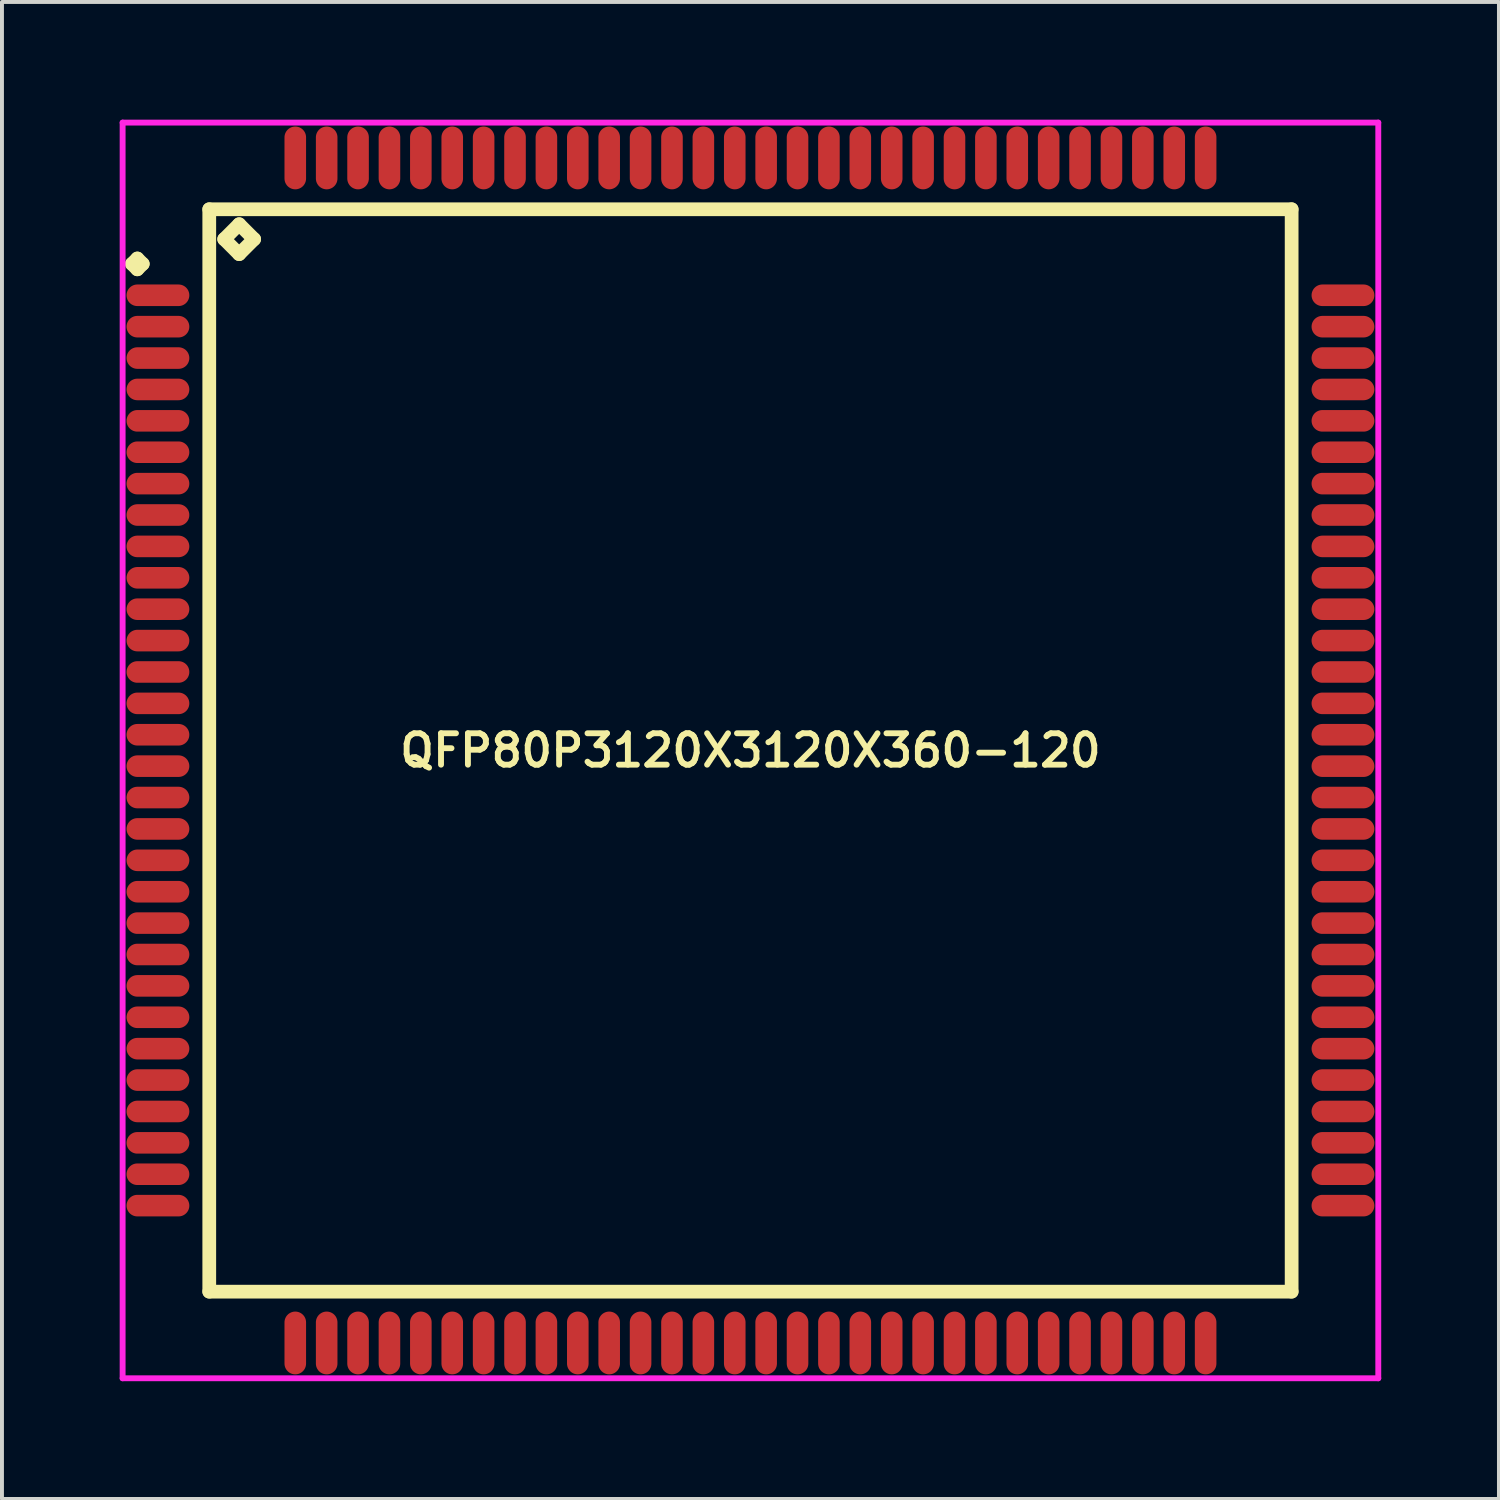
<source format=kicad_pcb>
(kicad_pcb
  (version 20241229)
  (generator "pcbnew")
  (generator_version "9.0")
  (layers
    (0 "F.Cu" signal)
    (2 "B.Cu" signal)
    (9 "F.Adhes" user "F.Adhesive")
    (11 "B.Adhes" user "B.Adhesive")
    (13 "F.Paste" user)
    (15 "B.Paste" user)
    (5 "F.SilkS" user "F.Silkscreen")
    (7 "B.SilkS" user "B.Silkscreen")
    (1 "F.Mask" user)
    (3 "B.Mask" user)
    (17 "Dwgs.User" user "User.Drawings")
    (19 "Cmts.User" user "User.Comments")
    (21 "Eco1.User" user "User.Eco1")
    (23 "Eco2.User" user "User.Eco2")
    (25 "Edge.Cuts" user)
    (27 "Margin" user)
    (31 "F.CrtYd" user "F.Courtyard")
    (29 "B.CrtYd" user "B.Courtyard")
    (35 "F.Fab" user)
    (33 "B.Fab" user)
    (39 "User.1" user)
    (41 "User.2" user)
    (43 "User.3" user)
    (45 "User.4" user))
  (footprint "QFP80P3120X3120X360-120"
    (layer "F.Cu")
    (at 16.075 16.075)
    (property "Reference" "QFP80P3120X3120X360-120" (at 0 0 0) (layer "F.SilkS") (effects (font (size 0.8 0.8) (thickness 0.15))))
    (attr through_hole)
    (fp_line (start -15.762 -12.4) (end -15.625 -12.537) (stroke (width 0.35) (type solid)) (layer "F.SilkS"))
    (fp_line (start -15.625 -12.537) (end -15.488 -12.4) (stroke (width 0.35) (type solid)) (layer "F.SilkS"))
    (fp_line (start -15.625 -12.262) (end -15.762 -12.4) (stroke (width 0.35) (type solid)) (layer "F.SilkS"))
    (fp_line (start -15.488 -12.4) (end -15.625 -12.262) (stroke (width 0.35) (type solid)) (layer "F.SilkS"))
    (fp_line (start -13.792 -13.792) (end -13.792 13.792) (stroke (width 0.35) (type solid)) (layer "F.SilkS"))
    (fp_line (start -13.792 13.792) (end 13.792 13.792) (stroke (width 0.35) (type solid)) (layer "F.SilkS"))
    (fp_line (start -13.411 -13.03) (end -13.03 -13.411) (stroke (width 0.35) (type solid)) (layer "F.SilkS"))
    (fp_line (start -13.03 -13.411) (end -12.649 -13.03) (stroke (width 0.35) (type solid)) (layer "F.SilkS"))
    (fp_line (start -13.03 -12.649) (end -13.411 -13.03) (stroke (width 0.35) (type solid)) (layer "F.SilkS"))
    (fp_line (start -12.649 -13.03) (end -13.03 -12.649) (stroke (width 0.35) (type solid)) (layer "F.SilkS"))
    (fp_line (start 13.792 -13.792) (end -13.792 -13.792) (stroke (width 0.35) (type solid)) (layer "F.SilkS"))
    (fp_line (start 13.792 13.792) (end 13.792 -13.792) (stroke (width 0.35) (type solid)) (layer "F.SilkS"))
    (fp_line (start -16 -16) (end 16 -16) (stroke (width 0.15) (type solid)) (layer "F.CrtYd"))
    (fp_line (start -16 16) (end -16 -16) (stroke (width 0.15) (type solid)) (layer "F.CrtYd"))
    (fp_line (start 16 -16) (end 16 16) (stroke (width 0.15) (type solid)) (layer "F.CrtYd"))
    (fp_line (start 16 16) (end -16 16) (stroke (width 0.15) (type solid)) (layer "F.CrtYd"))
    (pad "1" smd oval (at -15.1 -11.6) (size 1.6 0.55) (layers "F.Cu" "F.Mask" "F.Paste"))
    (pad "2" smd oval (at -15.1 -10.8) (size 1.6 0.55) (layers "F.Cu" "F.Mask" "F.Paste"))
    (pad "3" smd oval (at -15.1 -10) (size 1.6 0.55) (layers "F.Cu" "F.Mask" "F.Paste"))
    (pad "4" smd oval (at -15.1 -9.2) (size 1.6 0.55) (layers "F.Cu" "F.Mask" "F.Paste"))
    (pad "5" smd oval (at -15.1 -8.4) (size 1.6 0.55) (layers "F.Cu" "F.Mask" "F.Paste"))
    (pad "6" smd oval (at -15.1 -7.6) (size 1.6 0.55) (layers "F.Cu" "F.Mask" "F.Paste"))
    (pad "7" smd oval (at -15.1 -6.8) (size 1.6 0.55) (layers "F.Cu" "F.Mask" "F.Paste"))
    (pad "8" smd oval (at -15.1 -6) (size 1.6 0.55) (layers "F.Cu" "F.Mask" "F.Paste"))
    (pad "9" smd oval (at -15.1 -5.2) (size 1.6 0.55) (layers "F.Cu" "F.Mask" "F.Paste"))
    (pad "10" smd oval (at -15.1 -4.4) (size 1.6 0.55) (layers "F.Cu" "F.Mask" "F.Paste"))
    (pad "11" smd oval (at -15.1 -3.6) (size 1.6 0.55) (layers "F.Cu" "F.Mask" "F.Paste"))
    (pad "12" smd oval (at -15.1 -2.8) (size 1.6 0.55) (layers "F.Cu" "F.Mask" "F.Paste"))
    (pad "13" smd oval (at -15.1 -2) (size 1.6 0.55) (layers "F.Cu" "F.Mask" "F.Paste"))
    (pad "14" smd oval (at -15.1 -1.2) (size 1.6 0.55) (layers "F.Cu" "F.Mask" "F.Paste"))
    (pad "15" smd oval (at -15.1 -0.4) (size 1.6 0.55) (layers "F.Cu" "F.Mask" "F.Paste"))
    (pad "16" smd oval (at -15.1 0.4) (size 1.6 0.55) (layers "F.Cu" "F.Mask" "F.Paste"))
    (pad "17" smd oval (at -15.1 1.2) (size 1.6 0.55) (layers "F.Cu" "F.Mask" "F.Paste"))
    (pad "18" smd oval (at -15.1 2) (size 1.6 0.55) (layers "F.Cu" "F.Mask" "F.Paste"))
    (pad "19" smd oval (at -15.1 2.8) (size 1.6 0.55) (layers "F.Cu" "F.Mask" "F.Paste"))
    (pad "20" smd oval (at -15.1 3.6) (size 1.6 0.55) (layers "F.Cu" "F.Mask" "F.Paste"))
    (pad "21" smd oval (at -15.1 4.4) (size 1.6 0.55) (layers "F.Cu" "F.Mask" "F.Paste"))
    (pad "22" smd oval (at -15.1 5.2) (size 1.6 0.55) (layers "F.Cu" "F.Mask" "F.Paste"))
    (pad "23" smd oval (at -15.1 6) (size 1.6 0.55) (layers "F.Cu" "F.Mask" "F.Paste"))
    (pad "24" smd oval (at -15.1 6.8) (size 1.6 0.55) (layers "F.Cu" "F.Mask" "F.Paste"))
    (pad "25" smd oval (at -15.1 7.6) (size 1.6 0.55) (layers "F.Cu" "F.Mask" "F.Paste"))
    (pad "26" smd oval (at -15.1 8.4) (size 1.6 0.55) (layers "F.Cu" "F.Mask" "F.Paste"))
    (pad "27" smd oval (at -15.1 9.2) (size 1.6 0.55) (layers "F.Cu" "F.Mask" "F.Paste"))
    (pad "28" smd oval (at -15.1 10) (size 1.6 0.55) (layers "F.Cu" "F.Mask" "F.Paste"))
    (pad "29" smd oval (at -15.1 10.8) (size 1.6 0.55) (layers "F.Cu" "F.Mask" "F.Paste"))
    (pad "30" smd oval (at -15.1 11.6) (size 1.6 0.55) (layers "F.Cu" "F.Mask" "F.Paste"))
    (pad "31" smd oval (at -11.6 15.1) (size 0.55 1.6) (layers "F.Cu" "F.Mask" "F.Paste"))
    (pad "32" smd oval (at -10.8 15.1) (size 0.55 1.6) (layers "F.Cu" "F.Mask" "F.Paste"))
    (pad "33" smd oval (at -10 15.1) (size 0.55 1.6) (layers "F.Cu" "F.Mask" "F.Paste"))
    (pad "34" smd oval (at -9.2 15.1) (size 0.55 1.6) (layers "F.Cu" "F.Mask" "F.Paste"))
    (pad "35" smd oval (at -8.4 15.1) (size 0.55 1.6) (layers "F.Cu" "F.Mask" "F.Paste"))
    (pad "36" smd oval (at -7.6 15.1) (size 0.55 1.6) (layers "F.Cu" "F.Mask" "F.Paste"))
    (pad "37" smd oval (at -6.8 15.1) (size 0.55 1.6) (layers "F.Cu" "F.Mask" "F.Paste"))
    (pad "38" smd oval (at -6 15.1) (size 0.55 1.6) (layers "F.Cu" "F.Mask" "F.Paste"))
    (pad "39" smd oval (at -5.2 15.1) (size 0.55 1.6) (layers "F.Cu" "F.Mask" "F.Paste"))
    (pad "40" smd oval (at -4.4 15.1) (size 0.55 1.6) (layers "F.Cu" "F.Mask" "F.Paste"))
    (pad "41" smd oval (at -3.6 15.1) (size 0.55 1.6) (layers "F.Cu" "F.Mask" "F.Paste"))
    (pad "42" smd oval (at -2.8 15.1) (size 0.55 1.6) (layers "F.Cu" "F.Mask" "F.Paste"))
    (pad "43" smd oval (at -2 15.1) (size 0.55 1.6) (layers "F.Cu" "F.Mask" "F.Paste"))
    (pad "44" smd oval (at -1.2 15.1) (size 0.55 1.6) (layers "F.Cu" "F.Mask" "F.Paste"))
    (pad "45" smd oval (at -0.4 15.1) (size 0.55 1.6) (layers "F.Cu" "F.Mask" "F.Paste"))
    (pad "46" smd oval (at 0.4 15.1) (size 0.55 1.6) (layers "F.Cu" "F.Mask" "F.Paste"))
    (pad "47" smd oval (at 1.2 15.1) (size 0.55 1.6) (layers "F.Cu" "F.Mask" "F.Paste"))
    (pad "48" smd oval (at 2 15.1) (size 0.55 1.6) (layers "F.Cu" "F.Mask" "F.Paste"))
    (pad "49" smd oval (at 2.8 15.1) (size 0.55 1.6) (layers "F.Cu" "F.Mask" "F.Paste"))
    (pad "50" smd oval (at 3.6 15.1) (size 0.55 1.6) (layers "F.Cu" "F.Mask" "F.Paste"))
    (pad "51" smd oval (at 4.4 15.1) (size 0.55 1.6) (layers "F.Cu" "F.Mask" "F.Paste"))
    (pad "52" smd oval (at 5.2 15.1) (size 0.55 1.6) (layers "F.Cu" "F.Mask" "F.Paste"))
    (pad "53" smd oval (at 6 15.1) (size 0.55 1.6) (layers "F.Cu" "F.Mask" "F.Paste"))
    (pad "54" smd oval (at 6.8 15.1) (size 0.55 1.6) (layers "F.Cu" "F.Mask" "F.Paste"))
    (pad "55" smd oval (at 7.6 15.1) (size 0.55 1.6) (layers "F.Cu" "F.Mask" "F.Paste"))
    (pad "56" smd oval (at 8.4 15.1) (size 0.55 1.6) (layers "F.Cu" "F.Mask" "F.Paste"))
    (pad "57" smd oval (at 9.2 15.1) (size 0.55 1.6) (layers "F.Cu" "F.Mask" "F.Paste"))
    (pad "58" smd oval (at 10 15.1) (size 0.55 1.6) (layers "F.Cu" "F.Mask" "F.Paste"))
    (pad "59" smd oval (at 10.8 15.1) (size 0.55 1.6) (layers "F.Cu" "F.Mask" "F.Paste"))
    (pad "60" smd oval (at 11.6 15.1) (size 0.55 1.6) (layers "F.Cu" "F.Mask" "F.Paste"))
    (pad "61" smd oval (at 15.1 11.6) (size 1.6 0.55) (layers "F.Cu" "F.Mask" "F.Paste"))
    (pad "62" smd oval (at 15.1 10.8) (size 1.6 0.55) (layers "F.Cu" "F.Mask" "F.Paste"))
    (pad "63" smd oval (at 15.1 10) (size 1.6 0.55) (layers "F.Cu" "F.Mask" "F.Paste"))
    (pad "64" smd oval (at 15.1 9.2) (size 1.6 0.55) (layers "F.Cu" "F.Mask" "F.Paste"))
    (pad "65" smd oval (at 15.1 8.4) (size 1.6 0.55) (layers "F.Cu" "F.Mask" "F.Paste"))
    (pad "66" smd oval (at 15.1 7.6) (size 1.6 0.55) (layers "F.Cu" "F.Mask" "F.Paste"))
    (pad "67" smd oval (at 15.1 6.8) (size 1.6 0.55) (layers "F.Cu" "F.Mask" "F.Paste"))
    (pad "68" smd oval (at 15.1 6) (size 1.6 0.55) (layers "F.Cu" "F.Mask" "F.Paste"))
    (pad "69" smd oval (at 15.1 5.2) (size 1.6 0.55) (layers "F.Cu" "F.Mask" "F.Paste"))
    (pad "70" smd oval (at 15.1 4.4) (size 1.6 0.55) (layers "F.Cu" "F.Mask" "F.Paste"))
    (pad "71" smd oval (at 15.1 3.6) (size 1.6 0.55) (layers "F.Cu" "F.Mask" "F.Paste"))
    (pad "72" smd oval (at 15.1 2.8) (size 1.6 0.55) (layers "F.Cu" "F.Mask" "F.Paste"))
    (pad "73" smd oval (at 15.1 2) (size 1.6 0.55) (layers "F.Cu" "F.Mask" "F.Paste"))
    (pad "74" smd oval (at 15.1 1.2) (size 1.6 0.55) (layers "F.Cu" "F.Mask" "F.Paste"))
    (pad "75" smd oval (at 15.1 0.4) (size 1.6 0.55) (layers "F.Cu" "F.Mask" "F.Paste"))
    (pad "76" smd oval (at 15.1 -0.4) (size 1.6 0.55) (layers "F.Cu" "F.Mask" "F.Paste"))
    (pad "77" smd oval (at 15.1 -1.2) (size 1.6 0.55) (layers "F.Cu" "F.Mask" "F.Paste"))
    (pad "78" smd oval (at 15.1 -2) (size 1.6 0.55) (layers "F.Cu" "F.Mask" "F.Paste"))
    (pad "79" smd oval (at 15.1 -2.8) (size 1.6 0.55) (layers "F.Cu" "F.Mask" "F.Paste"))
    (pad "80" smd oval (at 15.1 -3.6) (size 1.6 0.55) (layers "F.Cu" "F.Mask" "F.Paste"))
    (pad "81" smd oval (at 15.1 -4.4) (size 1.6 0.55) (layers "F.Cu" "F.Mask" "F.Paste"))
    (pad "82" smd oval (at 15.1 -5.2) (size 1.6 0.55) (layers "F.Cu" "F.Mask" "F.Paste"))
    (pad "83" smd oval (at 15.1 -6) (size 1.6 0.55) (layers "F.Cu" "F.Mask" "F.Paste"))
    (pad "84" smd oval (at 15.1 -6.8) (size 1.6 0.55) (layers "F.Cu" "F.Mask" "F.Paste"))
    (pad "85" smd oval (at 15.1 -7.6) (size 1.6 0.55) (layers "F.Cu" "F.Mask" "F.Paste"))
    (pad "86" smd oval (at 15.1 -8.4) (size 1.6 0.55) (layers "F.Cu" "F.Mask" "F.Paste"))
    (pad "87" smd oval (at 15.1 -9.2) (size 1.6 0.55) (layers "F.Cu" "F.Mask" "F.Paste"))
    (pad "88" smd oval (at 15.1 -10) (size 1.6 0.55) (layers "F.Cu" "F.Mask" "F.Paste"))
    (pad "89" smd oval (at 15.1 -10.8) (size 1.6 0.55) (layers "F.Cu" "F.Mask" "F.Paste"))
    (pad "90" smd oval (at 15.1 -11.6) (size 1.6 0.55) (layers "F.Cu" "F.Mask" "F.Paste"))
    (pad "91" smd oval (at 11.6 -15.1) (size 0.55 1.6) (layers "F.Cu" "F.Mask" "F.Paste"))
    (pad "92" smd oval (at 10.8 -15.1) (size 0.55 1.6) (layers "F.Cu" "F.Mask" "F.Paste"))
    (pad "93" smd oval (at 10 -15.1) (size 0.55 1.6) (layers "F.Cu" "F.Mask" "F.Paste"))
    (pad "94" smd oval (at 9.2 -15.1) (size 0.55 1.6) (layers "F.Cu" "F.Mask" "F.Paste"))
    (pad "95" smd oval (at 8.4 -15.1) (size 0.55 1.6) (layers "F.Cu" "F.Mask" "F.Paste"))
    (pad "96" smd oval (at 7.6 -15.1) (size 0.55 1.6) (layers "F.Cu" "F.Mask" "F.Paste"))
    (pad "97" smd oval (at 6.8 -15.1) (size 0.55 1.6) (layers "F.Cu" "F.Mask" "F.Paste"))
    (pad "98" smd oval (at 6 -15.1) (size 0.55 1.6) (layers "F.Cu" "F.Mask" "F.Paste"))
    (pad "99" smd oval (at 5.2 -15.1) (size 0.55 1.6) (layers "F.Cu" "F.Mask" "F.Paste"))
    (pad "100" smd oval (at 4.4 -15.1) (size 0.55 1.6) (layers "F.Cu" "F.Mask" "F.Paste"))
    (pad "101" smd oval (at 3.6 -15.1) (size 0.55 1.6) (layers "F.Cu" "F.Mask" "F.Paste"))
    (pad "102" smd oval (at 2.8 -15.1) (size 0.55 1.6) (layers "F.Cu" "F.Mask" "F.Paste"))
    (pad "103" smd oval (at 2 -15.1) (size 0.55 1.6) (layers "F.Cu" "F.Mask" "F.Paste"))
    (pad "104" smd oval (at 1.2 -15.1) (size 0.55 1.6) (layers "F.Cu" "F.Mask" "F.Paste"))
    (pad "105" smd oval (at 0.4 -15.1) (size 0.55 1.6) (layers "F.Cu" "F.Mask" "F.Paste"))
    (pad "106" smd oval (at -0.4 -15.1) (size 0.55 1.6) (layers "F.Cu" "F.Mask" "F.Paste"))
    (pad "107" smd oval (at -1.2 -15.1) (size 0.55 1.6) (layers "F.Cu" "F.Mask" "F.Paste"))
    (pad "108" smd oval (at -2 -15.1) (size 0.55 1.6) (layers "F.Cu" "F.Mask" "F.Paste"))
    (pad "109" smd oval (at -2.8 -15.1) (size 0.55 1.6) (layers "F.Cu" "F.Mask" "F.Paste"))
    (pad "110" smd oval (at -3.6 -15.1) (size 0.55 1.6) (layers "F.Cu" "F.Mask" "F.Paste"))
    (pad "111" smd oval (at -4.4 -15.1) (size 0.55 1.6) (layers "F.Cu" "F.Mask" "F.Paste"))
    (pad "112" smd oval (at -5.2 -15.1) (size 0.55 1.6) (layers "F.Cu" "F.Mask" "F.Paste"))
    (pad "113" smd oval (at -6 -15.1) (size 0.55 1.6) (layers "F.Cu" "F.Mask" "F.Paste"))
    (pad "114" smd oval (at -6.8 -15.1) (size 0.55 1.6) (layers "F.Cu" "F.Mask" "F.Paste"))
    (pad "115" smd oval (at -7.6 -15.1) (size 0.55 1.6) (layers "F.Cu" "F.Mask" "F.Paste"))
    (pad "116" smd oval (at -8.4 -15.1) (size 0.55 1.6) (layers "F.Cu" "F.Mask" "F.Paste"))
    (pad "117" smd oval (at -9.2 -15.1) (size 0.55 1.6) (layers "F.Cu" "F.Mask" "F.Paste"))
    (pad "118" smd oval (at -10 -15.1) (size 0.55 1.6) (layers "F.Cu" "F.Mask" "F.Paste"))
    (pad "119" smd oval (at -10.8 -15.1) (size 0.55 1.6) (layers "F.Cu" "F.Mask" "F.Paste"))
    (pad "120" smd oval (at -11.6 -15.1) (size 0.55 1.6) (layers "F.Cu" "F.Mask" "F.Paste")))
  (gr_rect
    (start -3 -3)
    (end 35.15 35.15)
    (stroke (width 0.1) (type default))
    (fill no)
    (layer "Edge.Cuts")))
</source>
